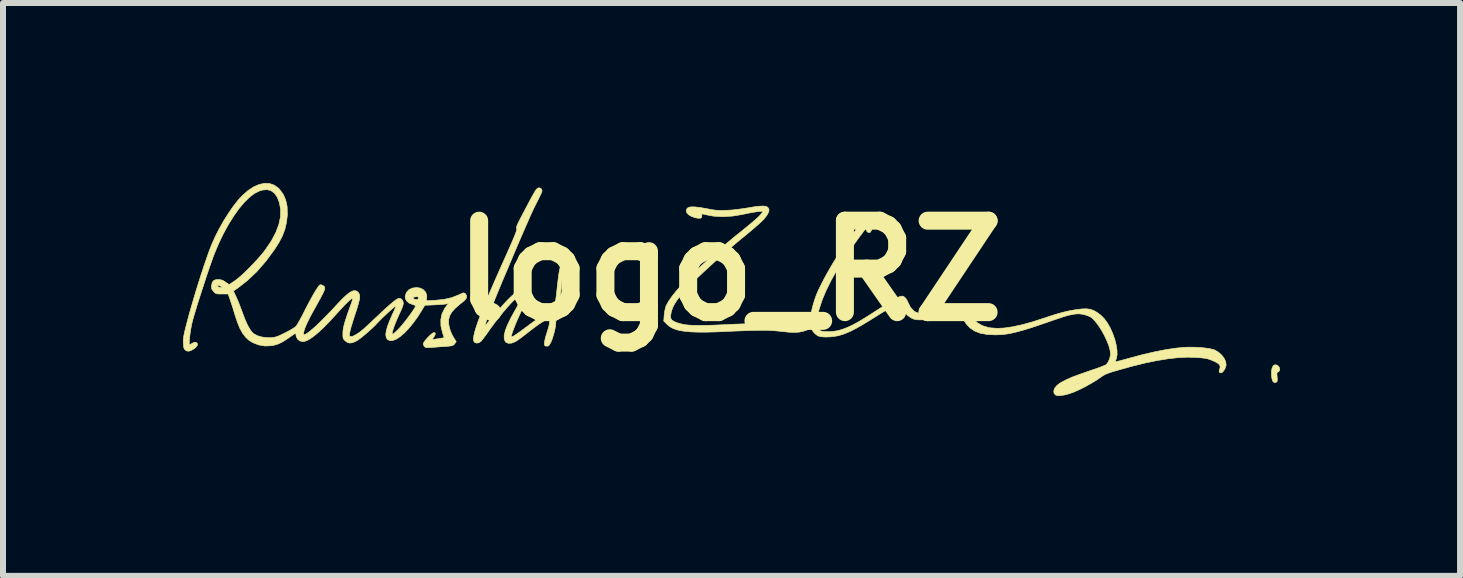
<source format=kicad_pcb>
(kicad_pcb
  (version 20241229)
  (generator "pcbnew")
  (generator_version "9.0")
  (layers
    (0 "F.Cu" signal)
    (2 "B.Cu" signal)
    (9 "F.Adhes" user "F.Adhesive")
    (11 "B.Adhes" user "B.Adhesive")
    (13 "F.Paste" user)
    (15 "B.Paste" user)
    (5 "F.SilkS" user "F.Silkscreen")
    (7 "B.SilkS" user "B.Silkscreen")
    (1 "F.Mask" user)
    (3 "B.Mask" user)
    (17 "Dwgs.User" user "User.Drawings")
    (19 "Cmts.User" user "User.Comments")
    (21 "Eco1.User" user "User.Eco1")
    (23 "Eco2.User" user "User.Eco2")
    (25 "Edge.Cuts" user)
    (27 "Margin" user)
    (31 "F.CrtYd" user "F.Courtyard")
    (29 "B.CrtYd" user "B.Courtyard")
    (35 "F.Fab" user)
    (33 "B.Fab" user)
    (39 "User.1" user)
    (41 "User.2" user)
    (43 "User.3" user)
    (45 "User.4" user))
  (footprint "logo_RZ"
    (layer "F.Cu")
    (at 9.109 1.463)
    (property "Reference" "logo_RZ" (at 0 0 0) (layer "F.SilkS") (effects (font (size 1.524 1.524) (thickness 0.3))))
    (attr through_hole)
    (fp_poly (pts (xy 9.122 1.571) (xy 9.138 1.58) (xy 9.161 1.606) (xy 9.17 1.637) (xy 9.166 1.666) (xy 9.148 1.684) (xy 9.144 1.685) (xy 9.131 1.692) (xy 9.124 1.705) (xy 9.124 1.732) (xy 9.127 1.768) (xy 9.13 1.814) (xy 9.127 1.842) (xy 9.117 1.855) (xy 9.117 1.855) (xy 9.096 1.865) (xy 9.078 1.861) (xy 9.064 1.851) (xy 9.048 1.828) (xy 9.038 1.783) (xy 9.034 1.751) (xy 9.033 1.679) (xy 9.042 1.623) (xy 9.06 1.585) (xy 9.087 1.567) (xy 9.122 1.571)) (stroke (width 0.01) (type solid)) (fill yes) (layer "F.SilkS"))
    (fp_poly (pts (xy -3.156 -1.38) (xy -3.133 -1.362) (xy -3.124 -1.332) (xy -3.13 -1.313) (xy -3.145 -1.277) (xy -3.169 -1.228) (xy -3.197 -1.17) (xy -3.207 -1.151) (xy -3.23 -1.106) (xy -3.255 -1.055) (xy -3.283 -0.995) (xy -3.315 -0.927) (xy -3.35 -0.847) (xy -3.391 -0.754) (xy -3.437 -0.648) (xy -3.49 -0.526) (xy -3.55 -0.386) (xy -3.617 -0.228) (xy -3.692 -0.049) (xy -3.777 0.151) (xy -3.783 0.165) (xy -3.823 0.261) (xy -3.864 0.361) (xy -3.905 0.461) (xy -3.944 0.558) (xy -3.98 0.65) (xy -4.012 0.731) (xy -4.038 0.8) (xy -4.057 0.852) (xy -4.068 0.885) (xy -4.07 0.889) (xy -4.078 0.921) (xy -4.051 0.889) (xy -4.033 0.869) (xy -4.003 0.833) (xy -3.963 0.786) (xy -3.918 0.732) (xy -3.889 0.699) (xy -3.788 0.583) (xy -3.7 0.488) (xy -3.624 0.414) (xy -3.559 0.361) (xy -3.505 0.327) (xy -3.462 0.312) (xy -3.428 0.316) (xy -3.415 0.325) (xy -3.396 0.358) (xy -3.391 0.409) (xy -3.402 0.477) (xy -3.428 0.564) (xy -3.47 0.67) (xy -3.508 0.754) (xy -3.539 0.823) (xy -3.568 0.892) (xy -3.594 0.958) (xy -3.616 1.016) (xy -3.631 1.062) (xy -3.639 1.093) (xy -3.639 1.103) (xy -3.625 1.101) (xy -3.596 1.086) (xy -3.55 1.056) (xy -3.487 1.012) (xy -3.405 0.951) (xy -3.373 0.928) (xy -3.284 0.861) (xy -3.21 0.81) (xy -3.15 0.772) (xy -3.101 0.745) (xy -3.059 0.728) (xy -3.022 0.72) (xy -2.997 0.718) (xy -2.94 0.718) (xy -2.918 0.616) (xy -2.91 0.57) (xy -2.9 0.505) (xy -2.889 0.428) (xy -2.879 0.343) (xy -2.871 0.267) (xy -2.858 0.153) (xy -2.846 0.062) (xy -2.835 -0.007) (xy -2.822 -0.058) (xy -2.808 -0.093) (xy -2.792 -0.113) (xy -2.772 -0.12) (xy -2.749 -0.118) (xy -2.734 -0.113) (xy -2.715 -0.102) (xy -2.698 -0.082) (xy -2.681 -0.05) (xy -2.663 -0.001) (xy -2.641 0.067) (xy -2.629 0.108) (xy -2.609 0.171) (xy -2.588 0.232) (xy -2.569 0.282) (xy -2.558 0.307) (xy -2.536 0.359) (xy -2.528 0.396) (xy -2.536 0.416) (xy -2.547 0.419) (xy -2.585 0.409) (xy -2.627 0.383) (xy -2.662 0.347) (xy -2.664 0.345) (xy -2.687 0.309) (xy -2.713 0.264) (xy -2.737 0.216) (xy -2.756 0.174) (xy -2.767 0.143) (xy -2.769 0.135) (xy -2.774 0.117) (xy -2.78 0.114) (xy -2.786 0.126) (xy -2.793 0.157) (xy -2.798 0.202) (xy -2.8 0.219) (xy -2.812 0.352) (xy -2.826 0.466) (xy -2.843 0.57) (xy -2.863 0.671) (xy -2.865 0.678) (xy -2.877 0.74) (xy -2.888 0.799) (xy -2.894 0.846) (xy -2.896 0.869) (xy -2.9 0.92) (xy -2.912 0.985) (xy -2.93 1.056) (xy -2.951 1.125) (xy -2.973 1.182) (xy -2.98 1.197) (xy -3.002 1.235) (xy -3.023 1.254) (xy -3.04 1.257) (xy -3.066 1.254) (xy -3.078 1.249) (xy -3.086 1.224) (xy -3.082 1.177) (xy -3.067 1.109) (xy -3.042 1.029) (xy -3.015 0.941) (xy -3 0.875) (xy -2.998 0.83) (xy -3.009 0.807) (xy -3.01 0.806) (xy -3.031 0.807) (xy -3.069 0.824) (xy -3.121 0.854) (xy -3.186 0.897) (xy -3.261 0.951) (xy -3.343 1.015) (xy -3.347 1.018) (xy -3.408 1.065) (xy -3.465 1.109) (xy -3.516 1.146) (xy -3.554 1.172) (xy -3.572 1.183) (xy -3.634 1.206) (xy -3.686 1.209) (xy -3.726 1.192) (xy -3.737 1.181) (xy -3.755 1.138) (xy -3.756 1.077) (xy -3.738 1) (xy -3.701 0.904) (xy -3.647 0.791) (xy -3.589 0.686) (xy -3.544 0.605) (xy -3.512 0.542) (xy -3.492 0.493) (xy -3.482 0.455) (xy -3.481 0.423) (xy -3.482 0.42) (xy -3.485 0.408) (xy -3.493 0.405) (xy -3.509 0.414) (xy -3.536 0.437) (xy -3.577 0.475) (xy -3.634 0.532) (xy -3.701 0.605) (xy -3.774 0.691) (xy -3.849 0.784) (xy -3.924 0.88) (xy -3.993 0.975) (xy -4.013 1.003) (xy -4.051 1.058) (xy -4.088 1.107) (xy -4.118 1.147) (xy -4.138 1.171) (xy -4.138 1.172) (xy -4.174 1.198) (xy -4.212 1.206) (xy -4.245 1.196) (xy -4.255 1.187) (xy -4.265 1.166) (xy -4.267 1.132) (xy -4.262 1.086) (xy -4.249 1.026) (xy -4.227 0.952) (xy -4.197 0.862) (xy -4.158 0.756) (xy -4.109 0.632) (xy -4.051 0.49) (xy -3.982 0.329) (xy -3.904 0.148) (xy -3.814 -0.055) (xy -3.742 -0.216) (xy -3.689 -0.335) (xy -3.645 -0.434) (xy -3.611 -0.513) (xy -3.585 -0.575) (xy -3.566 -0.623) (xy -3.554 -0.657) (xy -3.547 -0.681) (xy -3.546 -0.695) (xy -3.548 -0.702) (xy -3.552 -0.714) (xy -3.549 -0.734) (xy -3.538 -0.763) (xy -3.518 -0.807) (xy -3.487 -0.867) (xy -3.468 -0.905) (xy -3.398 -1.038) (xy -3.34 -1.147) (xy -3.293 -1.235) (xy -3.256 -1.3) (xy -3.23 -1.343) (xy -3.216 -1.362) (xy -3.187 -1.381) (xy -3.156 -1.38)) (stroke (width 0.01) (type solid)) (fill yes) (layer "F.SilkS"))
    (fp_poly (pts (xy -7.665 -1.454) (xy -7.588 -1.427) (xy -7.519 -1.378) (xy -7.509 -1.368) (xy -7.443 -1.282) (xy -7.398 -1.182) (xy -7.373 -1.069) (xy -7.37 -0.941) (xy -7.37 -0.927) (xy -7.384 -0.806) (xy -7.41 -0.693) (xy -7.451 -0.584) (xy -7.509 -0.472) (xy -7.583 -0.356) (xy -7.728 -0.159) (xy -7.879 0.014) (xy -8.036 0.163) (xy -8.199 0.29) (xy -8.24 0.318) (xy -8.269 0.337) (xy -8.224 0.432) (xy -8.203 0.48) (xy -8.176 0.545) (xy -8.148 0.618) (xy -8.121 0.691) (xy -8.117 0.701) (xy -8.072 0.82) (xy -8.028 0.915) (xy -7.986 0.987) (xy -7.946 1.036) (xy -7.931 1.048) (xy -7.869 1.082) (xy -7.791 1.105) (xy -7.703 1.115) (xy -7.648 1.115) (xy -7.604 1.111) (xy -7.567 1.104) (xy -7.529 1.092) (xy -7.484 1.072) (xy -7.425 1.043) (xy -7.411 1.036) (xy -7.353 1.006) (xy -7.301 0.977) (xy -7.26 0.952) (xy -7.236 0.936) (xy -7.218 0.915) (xy -7.192 0.875) (xy -7.161 0.82) (xy -7.125 0.753) (xy -7.1 0.705) (xy -7.05 0.605) (xy -7 0.512) (xy -6.954 0.427) (xy -6.913 0.355) (xy -6.877 0.298) (xy -6.85 0.258) (xy -6.831 0.238) (xy -6.831 0.237) (xy -6.808 0.232) (xy -6.778 0.245) (xy -6.775 0.247) (xy -6.761 0.256) (xy -6.751 0.267) (xy -6.746 0.28) (xy -6.746 0.298) (xy -6.753 0.323) (xy -6.768 0.359) (xy -6.792 0.406) (xy -6.825 0.468) (xy -6.868 0.547) (xy -6.923 0.646) (xy -6.938 0.672) (xy -6.993 0.774) (xy -7.037 0.863) (xy -7.07 0.937) (xy -7.09 0.993) (xy -7.096 1.019) (xy -7.098 1.05) (xy -7.096 1.066) (xy -7.094 1.067) (xy -7.065 1.057) (xy -7.021 1.029) (xy -6.963 0.982) (xy -6.892 0.92) (xy -6.81 0.841) (xy -6.717 0.747) (xy -6.614 0.64) (xy -6.528 0.547) (xy -6.449 0.464) (xy -6.382 0.402) (xy -6.326 0.359) (xy -6.279 0.336) (xy -6.24 0.331) (xy -6.207 0.343) (xy -6.185 0.365) (xy -6.171 0.387) (xy -6.165 0.414) (xy -6.164 0.448) (xy -6.172 0.494) (xy -6.187 0.554) (xy -6.21 0.632) (xy -6.242 0.73) (xy -6.242 0.73) (xy -6.278 0.84) (xy -6.305 0.928) (xy -6.323 0.996) (xy -6.332 1.045) (xy -6.334 1.077) (xy -6.328 1.094) (xy -6.328 1.094) (xy -6.307 1.098) (xy -6.271 1.088) (xy -6.224 1.063) (xy -6.17 1.028) (xy -6.128 0.995) (xy -6.093 0.965) (xy -6.045 0.922) (xy -5.988 0.869) (xy -5.928 0.812) (xy -5.878 0.766) (xy -5.776 0.669) (xy -5.69 0.591) (xy -5.621 0.531) (xy -5.567 0.489) (xy -5.528 0.465) (xy -5.505 0.457) (xy -5.471 0.469) (xy -5.446 0.498) (xy -5.436 0.54) (xy -5.436 0.541) (xy -5.441 0.57) (xy -5.456 0.613) (xy -5.476 0.663) (xy -5.485 0.68) (xy -5.519 0.755) (xy -5.552 0.83) (xy -5.58 0.9) (xy -5.602 0.961) (xy -5.617 1.01) (xy -5.623 1.041) (xy -5.623 1.046) (xy -5.619 1.056) (xy -5.609 1.055) (xy -5.59 1.041) (xy -5.559 1.013) (xy -5.517 0.972) (xy -5.482 0.934) (xy -5.441 0.885) (xy -5.397 0.83) (xy -5.353 0.772) (xy -5.311 0.715) (xy -5.276 0.664) (xy -5.249 0.622) (xy -5.234 0.593) (xy -5.232 0.585) (xy -5.244 0.576) (xy -5.272 0.565) (xy -5.288 0.56) (xy -5.342 0.538) (xy -5.382 0.503) (xy -5.404 0.46) (xy -5.404 0.454) (xy -5.278 0.454) (xy -5.266 0.466) (xy -5.262 0.468) (xy -5.238 0.478) (xy -5.212 0.482) (xy -5.196 0.48) (xy -5.194 0.477) (xy -5.19 0.462) (xy -5.187 0.452) (xy -5.187 0.437) (xy -5.206 0.432) (xy -5.215 0.432) (xy -5.248 0.436) (xy -5.269 0.443) (xy -5.278 0.454) (xy -5.404 0.454) (xy -5.406 0.424) (xy -5.385 0.362) (xy -5.345 0.317) (xy -5.288 0.289) (xy -5.217 0.279) (xy -5.153 0.289) (xy -5.101 0.317) (xy -5.064 0.358) (xy -5.046 0.41) (xy -5.046 0.447) (xy -5.053 0.499) (xy -4.904 0.492) (xy -4.758 0.477) (xy -4.631 0.448) (xy -4.518 0.404) (xy -4.512 0.401) (xy -4.473 0.383) (xy -4.442 0.371) (xy -4.43 0.368) (xy -4.402 0.38) (xy -4.385 0.41) (xy -4.381 0.434) (xy -4.385 0.453) (xy -4.397 0.473) (xy -4.421 0.498) (xy -4.461 0.532) (xy -4.49 0.554) (xy -4.57 0.623) (xy -4.627 0.686) (xy -4.664 0.749) (xy -4.681 0.814) (xy -4.681 0.885) (xy -4.669 0.948) (xy -4.651 1.005) (xy -4.624 1.066) (xy -4.602 1.106) (xy -4.555 1.182) (xy -4.581 1.217) (xy -4.596 1.234) (xy -4.614 1.245) (xy -4.641 1.252) (xy -4.685 1.257) (xy -4.713 1.259) (xy -4.778 1.264) (xy -4.854 1.269) (xy -4.926 1.275) (xy -4.941 1.276) (xy -4.999 1.28) (xy -5.037 1.281) (xy -5.061 1.278) (xy -5.077 1.271) (xy -5.084 1.264) (xy -5.101 1.237) (xy -5.105 1.217) (xy -5.097 1.196) (xy -5.074 1.163) (xy -5.041 1.126) (xy -5.005 1.088) (xy -4.97 1.056) (xy -4.941 1.035) (xy -4.926 1.029) (xy -4.906 1.037) (xy -4.905 1.06) (xy -4.922 1.096) (xy -4.93 1.108) (xy -4.957 1.147) (xy -4.895 1.138) (xy -4.849 1.131) (xy -4.806 1.124) (xy -4.794 1.122) (xy -4.755 1.116) (xy -4.784 1.031) (xy -4.81 0.921) (xy -4.812 0.816) (xy -4.792 0.717) (xy -4.748 0.628) (xy -4.717 0.585) (xy -4.68 0.542) (xy -4.712 0.551) (xy -4.736 0.555) (xy -4.78 0.56) (xy -4.837 0.564) (xy -4.902 0.567) (xy -4.911 0.568) (xy -5.079 0.575) (xy -5.13 0.66) (xy -5.201 0.773) (xy -5.275 0.874) (xy -5.348 0.963) (xy -5.419 1.037) (xy -5.488 1.096) (xy -5.551 1.138) (xy -5.608 1.161) (xy -5.657 1.165) (xy -5.697 1.148) (xy -5.702 1.143) (xy -5.722 1.11) (xy -5.729 1.063) (xy -5.721 1.001) (xy -5.699 0.922) (xy -5.662 0.826) (xy -5.613 0.714) (xy -5.589 0.663) (xy -5.572 0.621) (xy -5.561 0.593) (xy -5.56 0.584) (xy -5.574 0.593) (xy -5.601 0.616) (xy -5.639 0.649) (xy -5.684 0.689) (xy -5.731 0.733) (xy -5.777 0.776) (xy -5.818 0.817) (xy -5.85 0.849) (xy -5.863 0.863) (xy -5.905 0.908) (xy -5.959 0.96) (xy -6.019 1.014) (xy -6.081 1.067) (xy -6.139 1.114) (xy -6.189 1.151) (xy -6.226 1.174) (xy -6.228 1.175) (xy -6.286 1.199) (xy -6.333 1.205) (xy -6.373 1.192) (xy -6.404 1.169) (xy -6.425 1.149) (xy -6.437 1.13) (xy -6.443 1.105) (xy -6.444 1.065) (xy -6.444 1.039) (xy -6.442 1) (xy -6.436 0.957) (xy -6.425 0.907) (xy -6.408 0.847) (xy -6.385 0.774) (xy -6.355 0.685) (xy -6.315 0.575) (xy -6.307 0.553) (xy -6.292 0.51) (xy -6.283 0.476) (xy -6.28 0.46) (xy -6.28 0.459) (xy -6.294 0.462) (xy -6.323 0.484) (xy -6.364 0.521) (xy -6.417 0.573) (xy -6.478 0.639) (xy -6.548 0.715) (xy -6.548 0.716) (xy -6.663 0.841) (xy -6.767 0.948) (xy -6.861 1.035) (xy -6.944 1.102) (xy -7.015 1.149) (xy -7.074 1.175) (xy -7.108 1.181) (xy -7.16 1.17) (xy -7.199 1.14) (xy -7.222 1.096) (xy -7.226 1.066) (xy -7.229 1.046) (xy -7.233 1.041) (xy -7.245 1.048) (xy -7.273 1.067) (xy -7.312 1.093) (xy -7.331 1.107) (xy -7.408 1.159) (xy -7.472 1.197) (xy -7.531 1.223) (xy -7.589 1.24) (xy -7.631 1.248) (xy -7.741 1.254) (xy -7.847 1.236) (xy -7.943 1.199) (xy -8.008 1.16) (xy -8.064 1.108) (xy -8.115 1.042) (xy -8.161 0.959) (xy -8.203 0.855) (xy -8.245 0.729) (xy -8.248 0.718) (xy -8.269 0.648) (xy -8.291 0.578) (xy -8.312 0.516) (xy -8.325 0.476) (xy -8.357 0.387) (xy -8.459 0.387) (xy -8.511 0.387) (xy -8.544 0.384) (xy -8.566 0.376) (xy -8.584 0.362) (xy -8.6 0.344) (xy -8.625 0.313) (xy -8.634 0.285) (xy -8.633 0.253) (xy -8.534 0.253) (xy -8.523 0.268) (xy -8.492 0.277) (xy -8.477 0.278) (xy -8.46 0.277) (xy -8.463 0.271) (xy -8.477 0.26) (xy -8.504 0.245) (xy -8.526 0.242) (xy -8.534 0.253) (xy -8.633 0.253) (xy -8.633 0.247) (xy -8.633 0.245) (xy -8.621 0.193) (xy -8.598 0.163) (xy -8.559 0.148) (xy -8.522 0.146) (xy -8.477 0.15) (xy -8.439 0.164) (xy -8.401 0.188) (xy -8.341 0.23) (xy -8.257 0.176) (xy -8.206 0.138) (xy -8.143 0.085) (xy -8.072 0.019) (xy -7.997 -0.055) (xy -7.922 -0.133) (xy -7.85 -0.212) (xy -7.785 -0.287) (xy -7.737 -0.349) (xy -7.637 -0.496) (xy -7.562 -0.637) (xy -7.511 -0.772) (xy -7.484 -0.901) (xy -7.482 -1.023) (xy -7.503 -1.138) (xy -7.505 -1.143) (xy -7.54 -1.23) (xy -7.586 -1.294) (xy -7.641 -1.335) (xy -7.706 -1.352) (xy -7.782 -1.346) (xy -7.841 -1.328) (xy -7.921 -1.287) (xy -8.005 -1.222) (xy -8.091 -1.137) (xy -8.178 -1.033) (xy -8.264 -0.912) (xy -8.349 -0.776) (xy -8.431 -0.628) (xy -8.508 -0.469) (xy -8.579 -0.301) (xy -8.605 -0.235) (xy -8.632 -0.158) (xy -8.665 -0.065) (xy -8.701 0.041) (xy -8.739 0.156) (xy -8.778 0.275) (xy -8.817 0.395) (xy -8.854 0.51) (xy -8.887 0.618) (xy -8.916 0.714) (xy -8.939 0.793) (xy -8.953 0.845) (xy -8.966 0.899) (xy -8.977 0.961) (xy -8.988 1.026) (xy -8.996 1.09) (xy -9.002 1.147) (xy -9.005 1.193) (xy -9.004 1.223) (xy -9 1.232) (xy -8.985 1.226) (xy -8.958 1.211) (xy -8.952 1.207) (xy -8.918 1.191) (xy -8.893 1.193) (xy -8.887 1.195) (xy -8.868 1.216) (xy -8.871 1.244) (xy -8.895 1.276) (xy -8.922 1.298) (xy -8.975 1.329) (xy -9.016 1.341) (xy -9.05 1.335) (xy -9.068 1.323) (xy -9.085 1.306) (xy -9.095 1.284) (xy -9.1 1.25) (xy -9.104 1.205) (xy -9.104 1.17) (xy -9.103 1.136) (xy -9.098 1.098) (xy -9.089 1.052) (xy -9.076 0.993) (xy -9.057 0.917) (xy -9.038 0.845) (xy -8.999 0.7) (xy -8.955 0.548) (xy -8.909 0.391) (xy -8.861 0.234) (xy -8.812 0.08) (xy -8.764 -0.066) (xy -8.718 -0.201) (xy -8.676 -0.32) (xy -8.638 -0.419) (xy -8.628 -0.443) (xy -8.571 -0.571) (xy -8.504 -0.702) (xy -8.43 -0.833) (xy -8.351 -0.958) (xy -8.272 -1.073) (xy -8.194 -1.173) (xy -8.122 -1.252) (xy -8.026 -1.336) (xy -7.931 -1.399) (xy -7.838 -1.439) (xy -7.749 -1.458) (xy -7.665 -1.454)) (stroke (width 0.01) (type solid)) (fill yes) (layer "F.SilkS"))
    (fp_poly (pts (xy 0.601 -1.075) (xy 0.631 -1.063) (xy 0.639 -1.056) (xy 0.657 -1.027) (xy 0.657 -0.993) (xy 0.638 -0.95) (xy 0.622 -0.924) (xy 0.598 -0.892) (xy 0.569 -0.857) (xy 0.53 -0.818) (xy 0.48 -0.772) (xy 0.417 -0.717) (xy 0.339 -0.651) (xy 0.244 -0.572) (xy 0.204 -0.54) (xy 0.135 -0.483) (xy 0.053 -0.413) (xy -0.038 -0.334) (xy -0.133 -0.251) (xy -0.228 -0.167) (xy -0.316 -0.087) (xy -0.325 -0.079) (xy -0.46 0.046) (xy -0.576 0.156) (xy -0.674 0.255) (xy -0.756 0.342) (xy -0.823 0.421) (xy -0.876 0.491) (xy -0.917 0.555) (xy -0.947 0.615) (xy -0.967 0.672) (xy -0.972 0.69) (xy -0.982 0.75) (xy -0.979 0.792) (xy -0.96 0.822) (xy -0.921 0.847) (xy -0.881 0.863) (xy -0.836 0.878) (xy -0.787 0.89) (xy -0.733 0.9) (xy -0.67 0.906) (xy -0.596 0.91) (xy -0.508 0.911) (xy -0.405 0.91) (xy -0.282 0.907) (xy -0.137 0.901) (xy -0.066 0.898) (xy 0.098 0.89) (xy 0.24 0.885) (xy 0.362 0.881) (xy 0.467 0.878) (xy 0.559 0.877) (xy 0.64 0.878) (xy 0.712 0.881) (xy 0.78 0.885) (xy 0.845 0.891) (xy 0.912 0.899) (xy 0.941 0.903) (xy 1.04 0.915) (xy 1.118 0.921) (xy 1.18 0.922) (xy 1.23 0.917) (xy 1.272 0.905) (xy 1.3 0.894) (xy 1.33 0.877) (xy 1.343 0.857) (xy 1.346 0.824) (xy 1.346 0.82) (xy 1.352 0.757) (xy 1.366 0.678) (xy 1.387 0.589) (xy 1.414 0.497) (xy 1.445 0.409) (xy 1.446 0.406) (xy 1.479 0.328) (xy 1.525 0.235) (xy 1.578 0.131) (xy 1.638 0.022) (xy 1.701 -0.088) (xy 1.765 -0.192) (xy 1.795 -0.24) (xy 1.834 -0.298) (xy 1.881 -0.367) (xy 1.935 -0.444) (xy 1.992 -0.525) (xy 2.05 -0.607) (xy 2.108 -0.686) (xy 2.161 -0.759) (xy 2.209 -0.823) (xy 2.248 -0.874) (xy 2.277 -0.909) (xy 2.285 -0.918) (xy 2.33 -0.957) (xy 2.368 -0.975) (xy 2.399 -0.971) (xy 2.419 -0.946) (xy 2.426 -0.901) (xy 2.422 -0.863) (xy 2.411 -0.814) (xy 2.397 -0.762) (xy 2.38 -0.712) (xy 2.363 -0.67) (xy 2.347 -0.644) (xy 2.341 -0.639) (xy 2.311 -0.639) (xy 2.288 -0.657) (xy 2.281 -0.684) (xy 2.28 -0.706) (xy 2.279 -0.711) (xy 2.269 -0.701) (xy 2.248 -0.674) (xy 2.217 -0.633) (xy 2.178 -0.581) (xy 2.135 -0.522) (xy 2.089 -0.458) (xy 2.043 -0.394) (xy 1.999 -0.333) (xy 1.961 -0.278) (xy 1.929 -0.232) (xy 1.915 -0.21) (xy 1.794 -0.018) (xy 1.693 0.161) (xy 1.611 0.327) (xy 1.545 0.484) (xy 1.496 0.633) (xy 1.481 0.688) (xy 1.47 0.737) (xy 1.467 0.769) (xy 1.471 0.79) (xy 1.476 0.799) (xy 1.485 0.823) (xy 1.476 0.84) (xy 1.476 0.84) (xy 1.461 0.871) (xy 1.462 0.912) (xy 1.475 0.954) (xy 1.5 0.988) (xy 1.52 1.002) (xy 1.556 1.011) (xy 1.61 1.015) (xy 1.673 1.015) (xy 1.738 1.009) (xy 1.796 1) (xy 1.808 0.997) (xy 1.869 0.98) (xy 1.928 0.959) (xy 1.988 0.934) (xy 2.053 0.903) (xy 2.126 0.864) (xy 2.208 0.816) (xy 2.303 0.757) (xy 2.414 0.686) (xy 2.515 0.621) (xy 2.59 0.572) (xy 2.661 0.528) (xy 2.725 0.489) (xy 2.778 0.459) (xy 2.815 0.439) (xy 2.829 0.433) (xy 2.865 0.423) (xy 2.888 0.423) (xy 2.909 0.434) (xy 2.918 0.44) (xy 2.944 0.468) (xy 2.967 0.508) (xy 2.973 0.523) (xy 3.013 0.604) (xy 3.066 0.664) (xy 3.105 0.69) (xy 3.161 0.709) (xy 3.232 0.718) (xy 3.313 0.718) (xy 3.395 0.707) (xy 3.472 0.686) (xy 3.485 0.681) (xy 3.562 0.654) (xy 3.642 0.63) (xy 3.718 0.612) (xy 3.782 0.6) (xy 3.822 0.597) (xy 3.877 0.603) (xy 3.923 0.625) (xy 3.965 0.666) (xy 4.001 0.717) (xy 4.066 0.805) (xy 4.137 0.871) (xy 4.218 0.916) (xy 4.313 0.945) (xy 4.354 0.952) (xy 4.459 0.96) (xy 4.58 0.954) (xy 4.716 0.934) (xy 4.869 0.901) (xy 5.042 0.854) (xy 5.213 0.799) (xy 5.328 0.761) (xy 5.424 0.73) (xy 5.506 0.706) (xy 5.578 0.687) (xy 5.646 0.671) (xy 5.714 0.658) (xy 5.777 0.648) (xy 5.872 0.636) (xy 5.949 0.634) (xy 6.013 0.642) (xy 6.072 0.663) (xy 6.132 0.698) (xy 6.187 0.74) (xy 6.244 0.796) (xy 6.297 0.868) (xy 6.345 0.952) (xy 6.386 1.044) (xy 6.42 1.139) (xy 6.444 1.233) (xy 6.458 1.321) (xy 6.46 1.4) (xy 6.447 1.465) (xy 6.438 1.488) (xy 6.429 1.51) (xy 6.428 1.518) (xy 6.441 1.516) (xy 6.475 1.508) (xy 6.525 1.495) (xy 6.587 1.478) (xy 6.649 1.461) (xy 6.872 1.401) (xy 7.081 1.352) (xy 7.273 1.314) (xy 7.446 1.289) (xy 7.576 1.276) (xy 7.666 1.273) (xy 7.761 1.275) (xy 7.855 1.28) (xy 7.943 1.289) (xy 8.018 1.301) (xy 8.075 1.316) (xy 8.088 1.321) (xy 8.149 1.357) (xy 8.202 1.404) (xy 8.244 1.459) (xy 8.27 1.515) (xy 8.277 1.569) (xy 8.275 1.58) (xy 8.261 1.625) (xy 8.239 1.664) (xy 8.214 1.692) (xy 8.192 1.702) (xy 8.167 1.696) (xy 8.16 1.677) (xy 8.169 1.641) (xy 8.178 1.604) (xy 8.171 1.573) (xy 8.146 1.546) (xy 8.1 1.519) (xy 8.056 1.499) (xy 8.011 1.481) (xy 7.97 1.468) (xy 7.926 1.459) (xy 7.872 1.452) (xy 7.802 1.446) (xy 7.785 1.445) (xy 7.641 1.44) (xy 7.484 1.447) (xy 7.314 1.466) (xy 7.128 1.496) (xy 6.924 1.538) (xy 6.702 1.593) (xy 6.487 1.653) (xy 6.404 1.677) (xy 6.34 1.697) (xy 6.292 1.715) (xy 6.255 1.731) (xy 6.224 1.749) (xy 6.194 1.769) (xy 6.189 1.773) (xy 6.117 1.823) (xy 6.028 1.876) (xy 5.932 1.93) (xy 5.835 1.979) (xy 5.745 2.019) (xy 5.728 2.026) (xy 5.652 2.052) (xy 5.579 2.071) (xy 5.515 2.08) (xy 5.464 2.08) (xy 5.434 2.071) (xy 5.409 2.042) (xy 5.404 2.003) (xy 5.418 1.959) (xy 5.425 1.95) (xy 5.453 1.916) (xy 5.462 1.909) (xy 5.694 1.909) (xy 5.696 1.917) (xy 5.702 1.918) (xy 5.713 1.913) (xy 5.711 1.909) (xy 5.696 1.908) (xy 5.694 1.909) (xy 5.462 1.909) (xy 5.477 1.897) (xy 5.732 1.897) (xy 5.734 1.904) (xy 5.74 1.905) (xy 5.751 1.9) (xy 5.749 1.897) (xy 5.734 1.895) (xy 5.732 1.897) (xy 5.477 1.897) (xy 5.49 1.886) (xy 5.766 1.886) (xy 5.772 1.892) (xy 5.779 1.886) (xy 5.772 1.88) (xy 5.766 1.886) (xy 5.49 1.886) (xy 5.495 1.882) (xy 5.512 1.871) (xy 5.795 1.871) (xy 5.797 1.879) (xy 5.804 1.88) (xy 5.814 1.875) (xy 5.812 1.871) (xy 5.797 1.87) (xy 5.795 1.871) (xy 5.512 1.871) (xy 5.53 1.861) (xy 5.829 1.861) (xy 5.836 1.867) (xy 5.842 1.861) (xy 5.836 1.854) (xy 5.829 1.861) (xy 5.53 1.861) (xy 5.55 1.848) (xy 5.621 1.812) (xy 5.71 1.773) (xy 5.819 1.732) (xy 5.95 1.686) (xy 6.052 1.651) (xy 6.121 1.628) (xy 6.183 1.605) (xy 6.233 1.585) (xy 6.267 1.57) (xy 6.279 1.564) (xy 6.309 1.525) (xy 6.333 1.472) (xy 6.348 1.413) (xy 6.35 1.383) (xy 6.342 1.321) (xy 6.321 1.246) (xy 6.288 1.163) (xy 6.247 1.076) (xy 6.2 0.991) (xy 6.149 0.912) (xy 6.098 0.845) (xy 6.049 0.794) (xy 6.017 0.77) (xy 5.974 0.75) (xy 5.92 0.733) (xy 5.88 0.724) (xy 5.83 0.718) (xy 5.778 0.719) (xy 5.719 0.727) (xy 5.65 0.742) (xy 5.567 0.766) (xy 5.466 0.8) (xy 5.423 0.814) (xy 5.263 0.87) (xy 5.124 0.917) (xy 5.003 0.957) (xy 4.898 0.989) (xy 4.807 1.014) (xy 4.726 1.034) (xy 4.654 1.049) (xy 4.587 1.059) (xy 4.523 1.065) (xy 4.46 1.067) (xy 4.421 1.068) (xy 4.291 1.061) (xy 4.18 1.041) (xy 4.087 1.005) (xy 4.009 0.953) (xy 3.944 0.884) (xy 3.892 0.798) (xy 3.867 0.754) (xy 3.843 0.719) (xy 3.824 0.699) (xy 3.822 0.698) (xy 3.798 0.692) (xy 3.764 0.693) (xy 3.715 0.702) (xy 3.65 0.72) (xy 3.565 0.747) (xy 3.512 0.765) (xy 3.445 0.787) (xy 3.394 0.803) (xy 3.35 0.812) (xy 3.306 0.816) (xy 3.254 0.818) (xy 3.226 0.818) (xy 3.163 0.818) (xy 3.118 0.816) (xy 3.085 0.81) (xy 3.055 0.799) (xy 3.029 0.787) (xy 2.969 0.745) (xy 2.916 0.688) (xy 2.874 0.623) (xy 2.859 0.584) (xy 2.844 0.535) (xy 2.794 0.552) (xy 2.77 0.564) (xy 2.728 0.587) (xy 2.671 0.62) (xy 2.604 0.661) (xy 2.528 0.707) (xy 2.448 0.757) (xy 2.321 0.836) (xy 2.212 0.902) (xy 2.117 0.956) (xy 2.034 0.999) (xy 1.961 1.032) (xy 1.894 1.058) (xy 1.831 1.077) (xy 1.822 1.08) (xy 1.749 1.094) (xy 1.671 1.102) (xy 1.596 1.104) (xy 1.531 1.1) (xy 1.483 1.088) (xy 1.482 1.088) (xy 1.447 1.067) (xy 1.413 1.036) (xy 1.386 1.003) (xy 1.372 0.974) (xy 1.372 0.97) (xy 1.367 0.955) (xy 1.362 0.955) (xy 1.293 0.987) (xy 1.227 1.009) (xy 1.159 1.023) (xy 1.082 1.027) (xy 0.993 1.024) (xy 0.885 1.013) (xy 0.867 1.011) (xy 0.804 1.004) (xy 0.742 0.999) (xy 0.678 0.995) (xy 0.609 0.992) (xy 0.532 0.992) (xy 0.444 0.993) (xy 0.342 0.995) (xy 0.223 1) (xy 0.085 1.005) (xy -0.044 1.011) (xy -0.225 1.019) (xy -0.382 1.023) (xy -0.517 1.023) (xy -0.633 1.019) (xy -0.732 1.011) (xy -0.815 0.999) (xy -0.885 0.982) (xy -0.943 0.96) (xy -0.991 0.934) (xy -1.032 0.902) (xy -1.04 0.894) (xy -1.096 0.838) (xy -1.089 0.74) (xy -1.081 0.679) (xy -1.069 0.621) (xy -1.057 0.584) (xy -1.019 0.514) (xy -0.963 0.432) (xy -0.892 0.342) (xy -0.807 0.245) (xy -0.771 0.207) (xy -0.705 0.141) (xy -0.623 0.061) (xy -0.53 -0.027) (xy -0.428 -0.121) (xy -0.321 -0.217) (xy -0.214 -0.313) (xy -0.11 -0.403) (xy -0.013 -0.486) (xy 0.073 -0.558) (xy 0.095 -0.576) (xy 0.203 -0.662) (xy 0.292 -0.735) (xy 0.365 -0.795) (xy 0.423 -0.845) (xy 0.467 -0.884) (xy 0.5 -0.916) (xy 0.522 -0.941) (xy 0.528 -0.948) (xy 0.563 -0.995) (xy 0.479 -0.987) (xy 0.435 -0.981) (xy 0.373 -0.971) (xy 0.302 -0.957) (xy 0.23 -0.942) (xy 0.223 -0.94) (xy 0.054 -0.912) (xy -0.11 -0.902) (xy -0.267 -0.91) (xy -0.41 -0.937) (xy -0.446 -0.947) (xy -0.46 -0.946) (xy -0.462 -0.928) (xy -0.461 -0.922) (xy -0.463 -0.892) (xy -0.485 -0.876) (xy -0.527 -0.876) (xy -0.572 -0.884) (xy -0.636 -0.907) (xy -0.684 -0.936) (xy -0.713 -0.969) (xy -0.722 -1.003) (xy -0.709 -1.037) (xy -0.705 -1.041) (xy -0.68 -1.057) (xy -0.641 -1.065) (xy -0.585 -1.065) (xy -0.509 -1.057) (xy -0.413 -1.041) (xy -0.375 -1.034) (xy -0.298 -1.019) (xy -0.237 -1.01) (xy -0.18 -1.006) (xy -0.119 -1.005) (xy -0.044 -1.008) (xy 0.041 -1.013) (xy 0.139 -1.024) (xy 0.236 -1.037) (xy 0.298 -1.047) (xy 0.405 -1.065) (xy 0.49 -1.076) (xy 0.555 -1.079) (xy 0.601 -1.075)) (stroke (width 0.01) (type solid)) (fill yes) (layer "F.SilkS")))
  (gr_rect
    (start -3 -3)
    (end 21.285 6.548)
    (stroke (width 0.1) (type default))
    (fill no)
    (layer "Edge.Cuts")))
</source>
